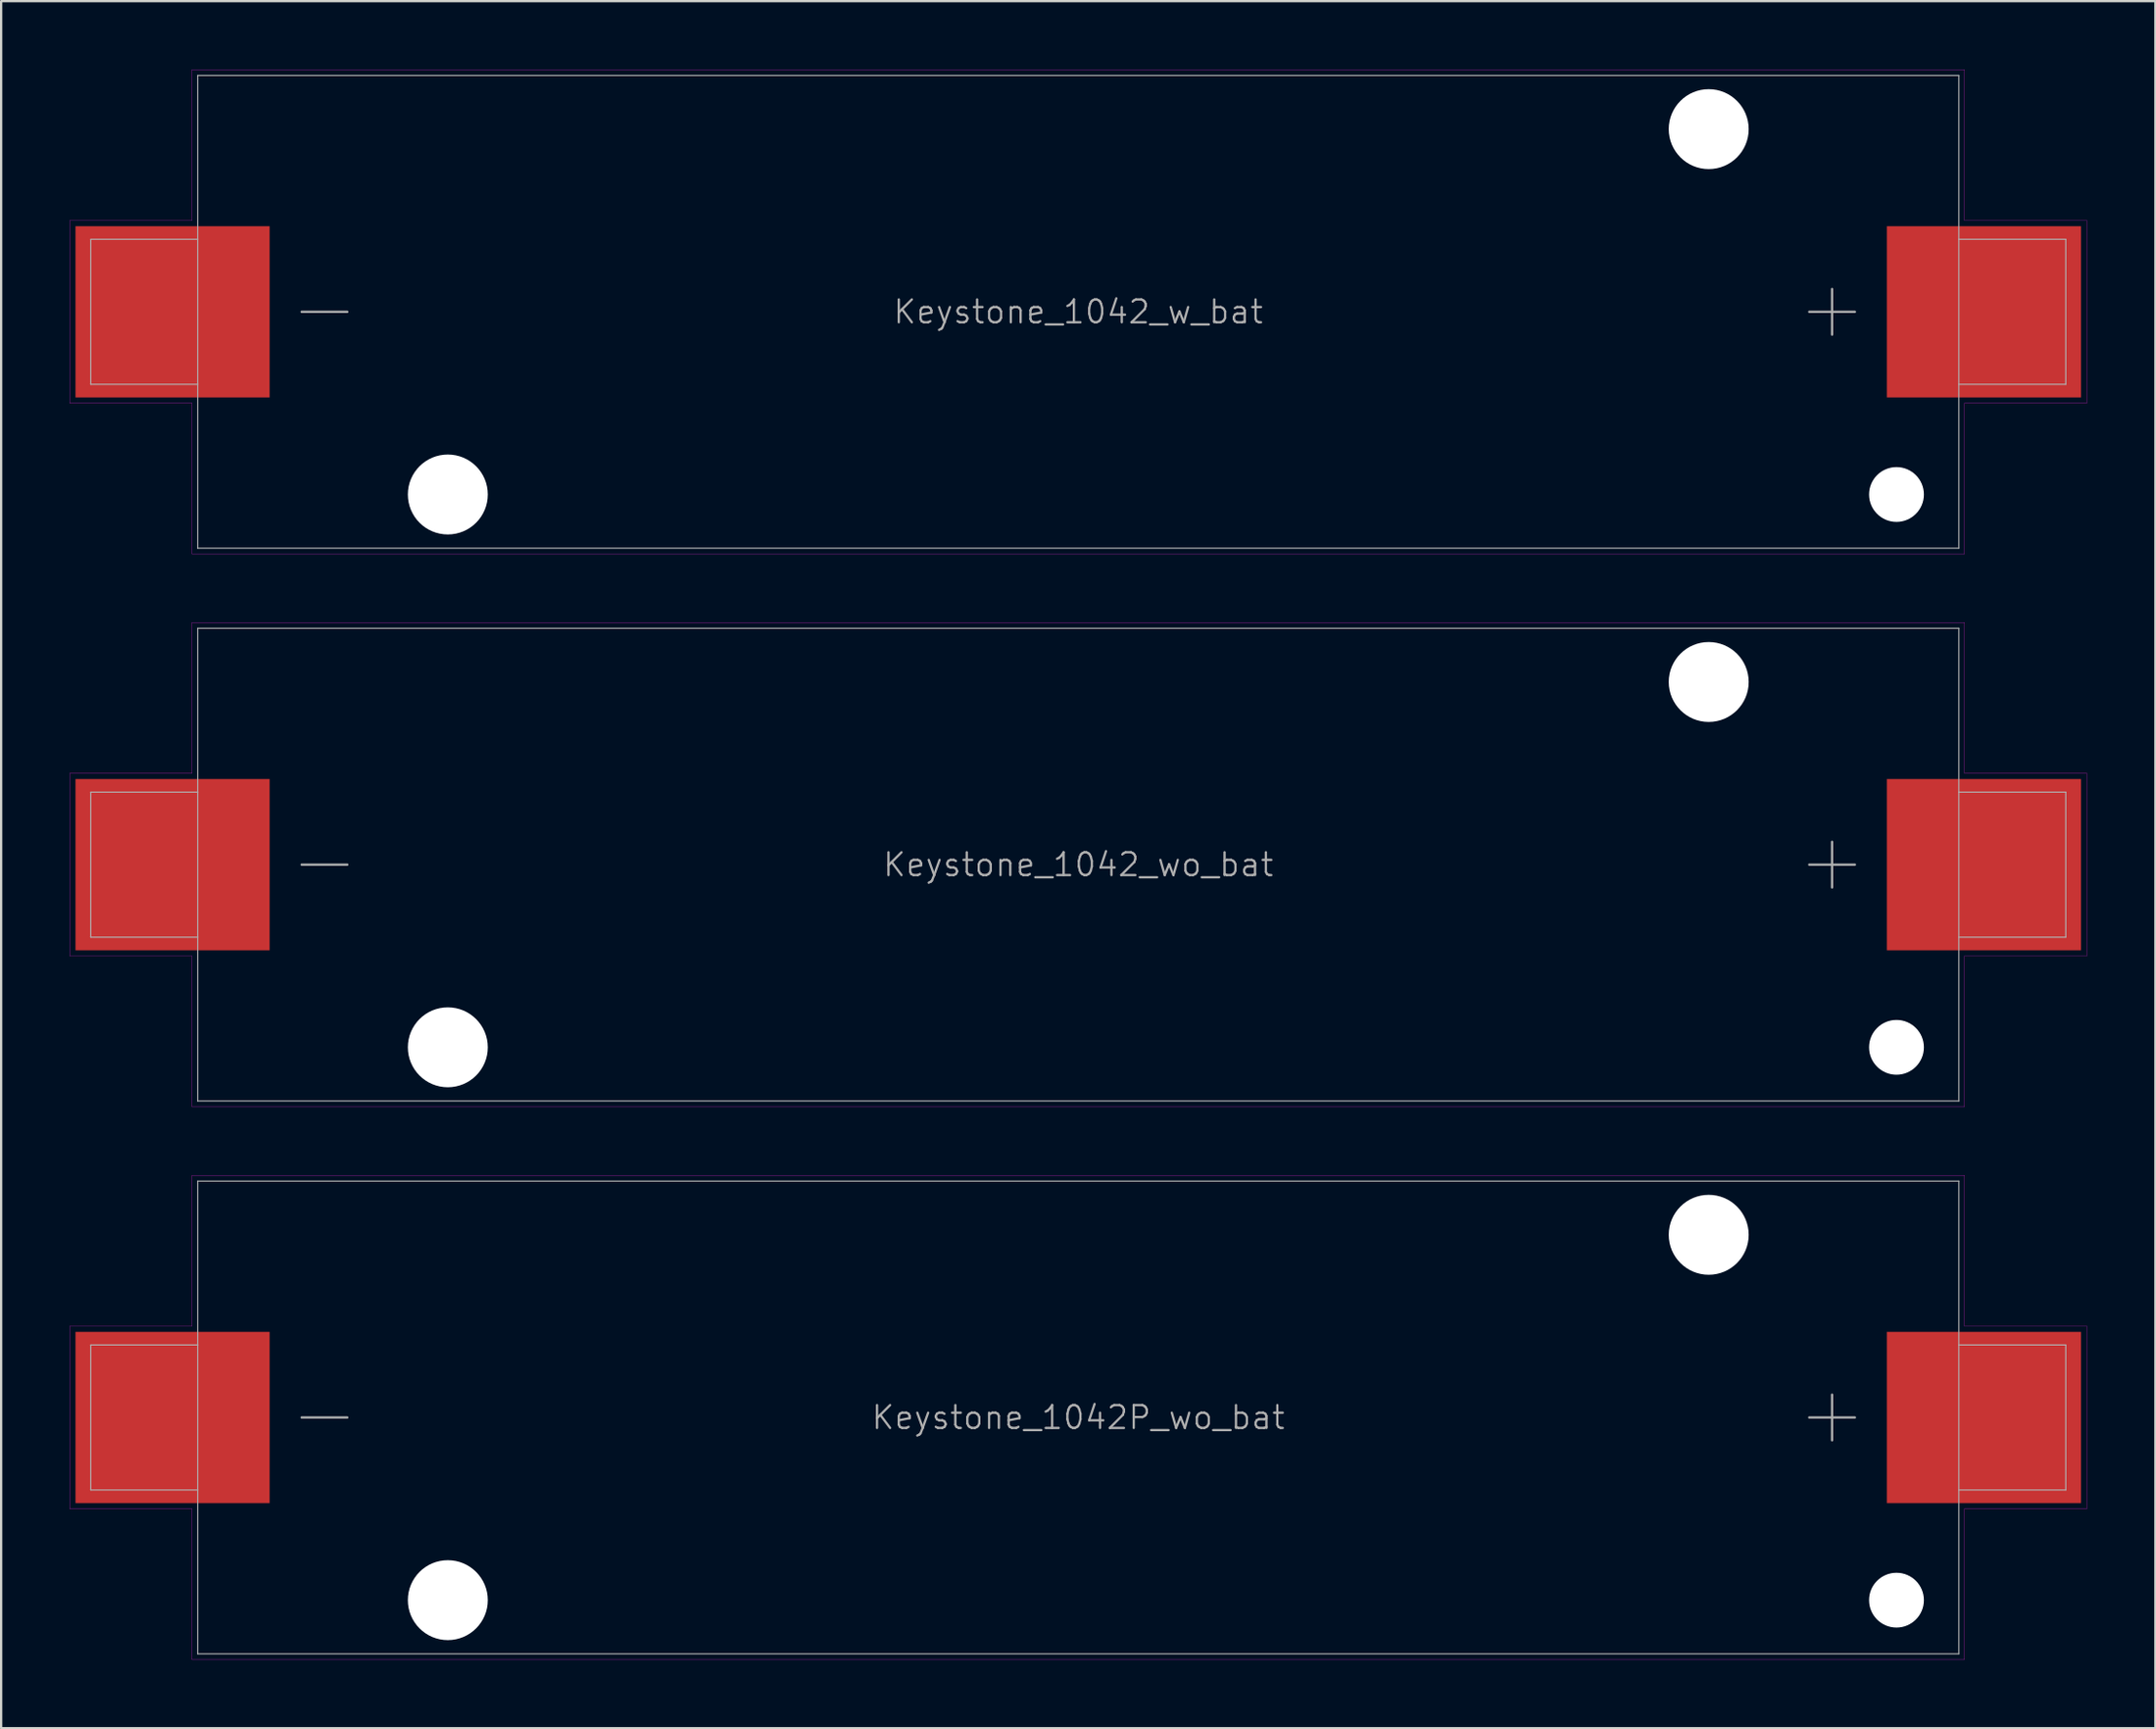
<source format=kicad_pcb>
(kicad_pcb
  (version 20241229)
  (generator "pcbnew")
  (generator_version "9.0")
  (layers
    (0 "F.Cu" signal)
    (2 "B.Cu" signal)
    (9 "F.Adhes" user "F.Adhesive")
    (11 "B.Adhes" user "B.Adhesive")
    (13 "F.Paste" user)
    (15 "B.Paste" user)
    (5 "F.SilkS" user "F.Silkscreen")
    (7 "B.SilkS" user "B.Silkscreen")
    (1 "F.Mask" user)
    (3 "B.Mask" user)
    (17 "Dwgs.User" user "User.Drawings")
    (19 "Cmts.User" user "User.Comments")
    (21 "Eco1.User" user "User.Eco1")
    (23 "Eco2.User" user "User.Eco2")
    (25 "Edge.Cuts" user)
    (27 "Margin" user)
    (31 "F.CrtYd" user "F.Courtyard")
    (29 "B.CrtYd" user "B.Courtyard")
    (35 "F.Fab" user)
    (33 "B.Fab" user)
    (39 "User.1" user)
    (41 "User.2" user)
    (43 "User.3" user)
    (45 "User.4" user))
  (footprint "Keystone_1042P_wo_bat"
    (layer "F.Cu")
    (at 44.155 59.025)
    (property "Reference" "Keystone_1042P_wo_bat" (at 0 0 0) (layer "F.Fab") (effects (font (size 1 1) (thickness 0.1))))
    (attr through_hole)
    (fp_line (start -44.15 -4) (end -38.8 -4) (stroke (width 0.01) (type solid)) (layer "F.CrtYd"))
    (fp_line (start -44.15 4) (end -44.15 -4) (stroke (width 0.01) (type solid)) (layer "F.CrtYd"))
    (fp_line (start -38.8 -10.6) (end 38.8 -10.6) (stroke (width 0.01) (type solid)) (layer "F.CrtYd"))
    (fp_line (start -38.8 -4) (end -38.8 -10.6) (stroke (width 0.01) (type solid)) (layer "F.CrtYd"))
    (fp_line (start -38.8 4) (end -44.15 4) (stroke (width 0.01) (type solid)) (layer "F.CrtYd"))
    (fp_line (start -38.8 10.6) (end -38.8 4) (stroke (width 0.01) (type solid)) (layer "F.CrtYd"))
    (fp_line (start 38.8 -10.6) (end 38.8 -4) (stroke (width 0.01) (type solid)) (layer "F.CrtYd"))
    (fp_line (start 38.8 -4) (end 44.15 -4) (stroke (width 0.01) (type solid)) (layer "F.CrtYd"))
    (fp_line (start 38.8 4) (end 38.8 10.6) (stroke (width 0.01) (type solid)) (layer "F.CrtYd"))
    (fp_line (start 38.8 10.6) (end -38.8 10.6) (stroke (width 0.01) (type solid)) (layer "F.CrtYd"))
    (fp_line (start 44.15 -4) (end 44.15 4) (stroke (width 0.01) (type solid)) (layer "F.CrtYd"))
    (fp_line (start 44.15 4) (end 38.8 4) (stroke (width 0.01) (type solid)) (layer "F.CrtYd"))
    (fp_line (start -43.231 -3.175) (end -38.55 -3.175) (stroke (width 0.05) (type solid)) (layer "F.Fab"))
    (fp_line (start -43.231 3.175) (end -43.231 -3.175) (stroke (width 0.05) (type solid)) (layer "F.Fab"))
    (fp_line (start -38.55 -10.35) (end -38.55 10.35) (stroke (width 0.05) (type solid)) (layer "F.Fab"))
    (fp_line (start -38.55 3.175) (end -43.231 3.175) (stroke (width 0.05) (type solid)) (layer "F.Fab"))
    (fp_line (start -38.55 10.35) (end 38.55 10.35) (stroke (width 0.05) (type solid)) (layer "F.Fab"))
    (fp_line (start -34 0) (end -32 0) (stroke (width 0.1) (type solid)) (layer "F.Fab"))
    (fp_line (start 33 -1) (end 33 1) (stroke (width 0.1) (type solid)) (layer "F.Fab"))
    (fp_line (start 34 0) (end 32 0) (stroke (width 0.1) (type solid)) (layer "F.Fab"))
    (fp_line (start 38.55 -10.35) (end -38.55 -10.35) (stroke (width 0.05) (type solid)) (layer "F.Fab"))
    (fp_line (start 38.55 -3.175) (end 43.231 -3.175) (stroke (width 0.05) (type solid)) (layer "F.Fab"))
    (fp_line (start 38.55 10.35) (end 38.55 -10.35) (stroke (width 0.05) (type solid)) (layer "F.Fab"))
    (fp_line (start 43.231 -3.175) (end 43.231 3.175) (stroke (width 0.05) (type solid)) (layer "F.Fab"))
    (fp_line (start 43.231 3.175) (end 38.55 3.175) (stroke (width 0.05) (type solid)) (layer "F.Fab"))
    (pad "" np_thru_hole circle (at -27.6 8) (size 3.5 3.5) (drill 3.5) (layers "*.Cu" "*.Mask"))
    (pad "" np_thru_hole circle (at 27.6 -8) (size 3.5 3.5) (drill 3.5) (layers "*.Cu" "*.Mask"))
    (pad "" np_thru_hole circle (at 35.82 8) (size 2.4 2.4) (drill 2.4) (layers "*.Cu" "*.Mask"))
    (pad "1" smd rect (at -39.65 0) (size 8.5 7.5) (layers "F.Cu" "F.Mask" "F.Paste"))
    (pad "2" smd rect (at 39.65 0) (size 8.5 7.5) (layers "F.Cu" "F.Mask" "F.Paste")))
  (footprint "Keystone_1042_wo_bat"
    (layer "F.Cu")
    (at 44.155 34.815)
    (property "Reference" "Keystone_1042_wo_bat" (at 0 0 0) (layer "F.Fab") (effects (font (size 1 1) (thickness 0.1))))
    (attr through_hole)
    (fp_line (start -44.15 -4) (end -38.8 -4) (stroke (width 0.01) (type solid)) (layer "F.CrtYd"))
    (fp_line (start -44.15 4) (end -44.15 -4) (stroke (width 0.01) (type solid)) (layer "F.CrtYd"))
    (fp_line (start -38.8 -10.6) (end 38.8 -10.6) (stroke (width 0.01) (type solid)) (layer "F.CrtYd"))
    (fp_line (start -38.8 -4) (end -38.8 -10.6) (stroke (width 0.01) (type solid)) (layer "F.CrtYd"))
    (fp_line (start -38.8 4) (end -44.15 4) (stroke (width 0.01) (type solid)) (layer "F.CrtYd"))
    (fp_line (start -38.8 10.6) (end -38.8 4) (stroke (width 0.01) (type solid)) (layer "F.CrtYd"))
    (fp_line (start 38.8 -10.6) (end 38.8 -4) (stroke (width 0.01) (type solid)) (layer "F.CrtYd"))
    (fp_line (start 38.8 -4) (end 44.15 -4) (stroke (width 0.01) (type solid)) (layer "F.CrtYd"))
    (fp_line (start 38.8 4) (end 38.8 10.6) (stroke (width 0.01) (type solid)) (layer "F.CrtYd"))
    (fp_line (start 38.8 10.6) (end -38.8 10.6) (stroke (width 0.01) (type solid)) (layer "F.CrtYd"))
    (fp_line (start 44.15 -4) (end 44.15 4) (stroke (width 0.01) (type solid)) (layer "F.CrtYd"))
    (fp_line (start 44.15 4) (end 38.8 4) (stroke (width 0.01) (type solid)) (layer "F.CrtYd"))
    (fp_line (start -43.231 -3.175) (end -38.55 -3.175) (stroke (width 0.05) (type solid)) (layer "F.Fab"))
    (fp_line (start -43.231 3.175) (end -43.231 -3.175) (stroke (width 0.05) (type solid)) (layer "F.Fab"))
    (fp_line (start -38.55 -10.35) (end -38.55 10.35) (stroke (width 0.05) (type solid)) (layer "F.Fab"))
    (fp_line (start -38.55 3.175) (end -43.231 3.175) (stroke (width 0.05) (type solid)) (layer "F.Fab"))
    (fp_line (start -38.55 10.35) (end 38.55 10.35) (stroke (width 0.05) (type solid)) (layer "F.Fab"))
    (fp_line (start -34 0) (end -32 0) (stroke (width 0.1) (type solid)) (layer "F.Fab"))
    (fp_line (start 33 -1) (end 33 1) (stroke (width 0.1) (type solid)) (layer "F.Fab"))
    (fp_line (start 34 0) (end 32 0) (stroke (width 0.1) (type solid)) (layer "F.Fab"))
    (fp_line (start 38.55 -10.35) (end -38.55 -10.35) (stroke (width 0.05) (type solid)) (layer "F.Fab"))
    (fp_line (start 38.55 -3.175) (end 43.231 -3.175) (stroke (width 0.05) (type solid)) (layer "F.Fab"))
    (fp_line (start 38.55 10.35) (end 38.55 -10.35) (stroke (width 0.05) (type solid)) (layer "F.Fab"))
    (fp_line (start 43.231 -3.175) (end 43.231 3.175) (stroke (width 0.05) (type solid)) (layer "F.Fab"))
    (fp_line (start 43.231 3.175) (end 38.55 3.175) (stroke (width 0.05) (type solid)) (layer "F.Fab"))
    (pad "" np_thru_hole circle (at -27.6 8) (size 3.5 3.5) (drill 3.5) (layers "*.Cu" "*.Mask"))
    (pad "" np_thru_hole circle (at 27.6 -8) (size 3.5 3.5) (drill 3.5) (layers "*.Cu" "*.Mask"))
    (pad "" np_thru_hole circle (at 35.82 8) (size 2.4 2.4) (drill 2.4) (layers "*.Cu" "*.Mask"))
    (pad "1" smd rect (at -39.65 0) (size 8.5 7.5) (layers "F.Cu" "F.Mask" "F.Paste"))
    (pad "2" smd rect (at 39.65 0) (size 8.5 7.5) (layers "F.Cu" "F.Mask" "F.Paste")))
  (footprint "Keystone_1042_w_bat"
    (layer "F.Cu")
    (at 44.155 10.605)
    (property "Reference" "Keystone_1042_w_bat" (at 0 0 0) (layer "F.Fab") (effects (font (size 1 1) (thickness 0.1))))
    (attr through_hole)
    (fp_line (start -44.15 -4) (end -38.8 -4) (stroke (width 0.01) (type solid)) (layer "F.CrtYd"))
    (fp_line (start -44.15 4) (end -44.15 -4) (stroke (width 0.01) (type solid)) (layer "F.CrtYd"))
    (fp_line (start -38.8 -10.6) (end 38.8 -10.6) (stroke (width 0.01) (type solid)) (layer "F.CrtYd"))
    (fp_line (start -38.8 -4) (end -38.8 -10.6) (stroke (width 0.01) (type solid)) (layer "F.CrtYd"))
    (fp_line (start -38.8 4) (end -44.15 4) (stroke (width 0.01) (type solid)) (layer "F.CrtYd"))
    (fp_line (start -38.8 10.6) (end -38.8 4) (stroke (width 0.01) (type solid)) (layer "F.CrtYd"))
    (fp_line (start 38.8 -10.6) (end 38.8 -4) (stroke (width 0.01) (type solid)) (layer "F.CrtYd"))
    (fp_line (start 38.8 -4) (end 44.15 -4) (stroke (width 0.01) (type solid)) (layer "F.CrtYd"))
    (fp_line (start 38.8 4) (end 38.8 10.6) (stroke (width 0.01) (type solid)) (layer "F.CrtYd"))
    (fp_line (start 38.8 10.6) (end -38.8 10.6) (stroke (width 0.01) (type solid)) (layer "F.CrtYd"))
    (fp_line (start 44.15 -4) (end 44.15 4) (stroke (width 0.01) (type solid)) (layer "F.CrtYd"))
    (fp_line (start 44.15 4) (end 38.8 4) (stroke (width 0.01) (type solid)) (layer "F.CrtYd"))
    (fp_line (start -43.231 -3.175) (end -38.55 -3.175) (stroke (width 0.05) (type solid)) (layer "F.Fab"))
    (fp_line (start -43.231 3.175) (end -43.231 -3.175) (stroke (width 0.05) (type solid)) (layer "F.Fab"))
    (fp_line (start -38.55 -10.35) (end -38.55 10.35) (stroke (width 0.05) (type solid)) (layer "F.Fab"))
    (fp_line (start -38.55 3.175) (end -43.231 3.175) (stroke (width 0.05) (type solid)) (layer "F.Fab"))
    (fp_line (start -38.55 10.35) (end 38.55 10.35) (stroke (width 0.05) (type solid)) (layer "F.Fab"))
    (fp_line (start -34 0) (end -32 0) (stroke (width 0.1) (type solid)) (layer "F.Fab"))
    (fp_line (start 33 -1) (end 33 1) (stroke (width 0.1) (type solid)) (layer "F.Fab"))
    (fp_line (start 34 0) (end 32 0) (stroke (width 0.1) (type solid)) (layer "F.Fab"))
    (fp_line (start 38.55 -10.35) (end -38.55 -10.35) (stroke (width 0.05) (type solid)) (layer "F.Fab"))
    (fp_line (start 38.55 -3.175) (end 43.231 -3.175) (stroke (width 0.05) (type solid)) (layer "F.Fab"))
    (fp_line (start 38.55 10.35) (end 38.55 -10.35) (stroke (width 0.05) (type solid)) (layer "F.Fab"))
    (fp_line (start 43.231 -3.175) (end 43.231 3.175) (stroke (width 0.05) (type solid)) (layer "F.Fab"))
    (fp_line (start 43.231 3.175) (end 38.55 3.175) (stroke (width 0.05) (type solid)) (layer "F.Fab"))
    (pad "" np_thru_hole circle (at -27.6 8) (size 3.5 3.5) (drill 3.5) (layers "*.Cu" "*.Mask"))
    (pad "" np_thru_hole circle (at 27.6 -8) (size 3.5 3.5) (drill 3.5) (layers "*.Cu" "*.Mask"))
    (pad "" np_thru_hole circle (at 35.82 8) (size 2.4 2.4) (drill 2.4) (layers "*.Cu" "*.Mask"))
    (pad "1" smd rect (at -39.65 0) (size 8.5 7.5) (layers "F.Cu" "F.Mask" "F.Paste"))
    (pad "2" smd rect (at 39.65 0) (size 8.5 7.5) (layers "F.Cu" "F.Mask" "F.Paste")))
  (gr_rect
    (start -3 -3)
    (end 91.31 72.63)
    (stroke (width 0.1) (type default))
    (fill no)
    (layer "Edge.Cuts")))
</source>
